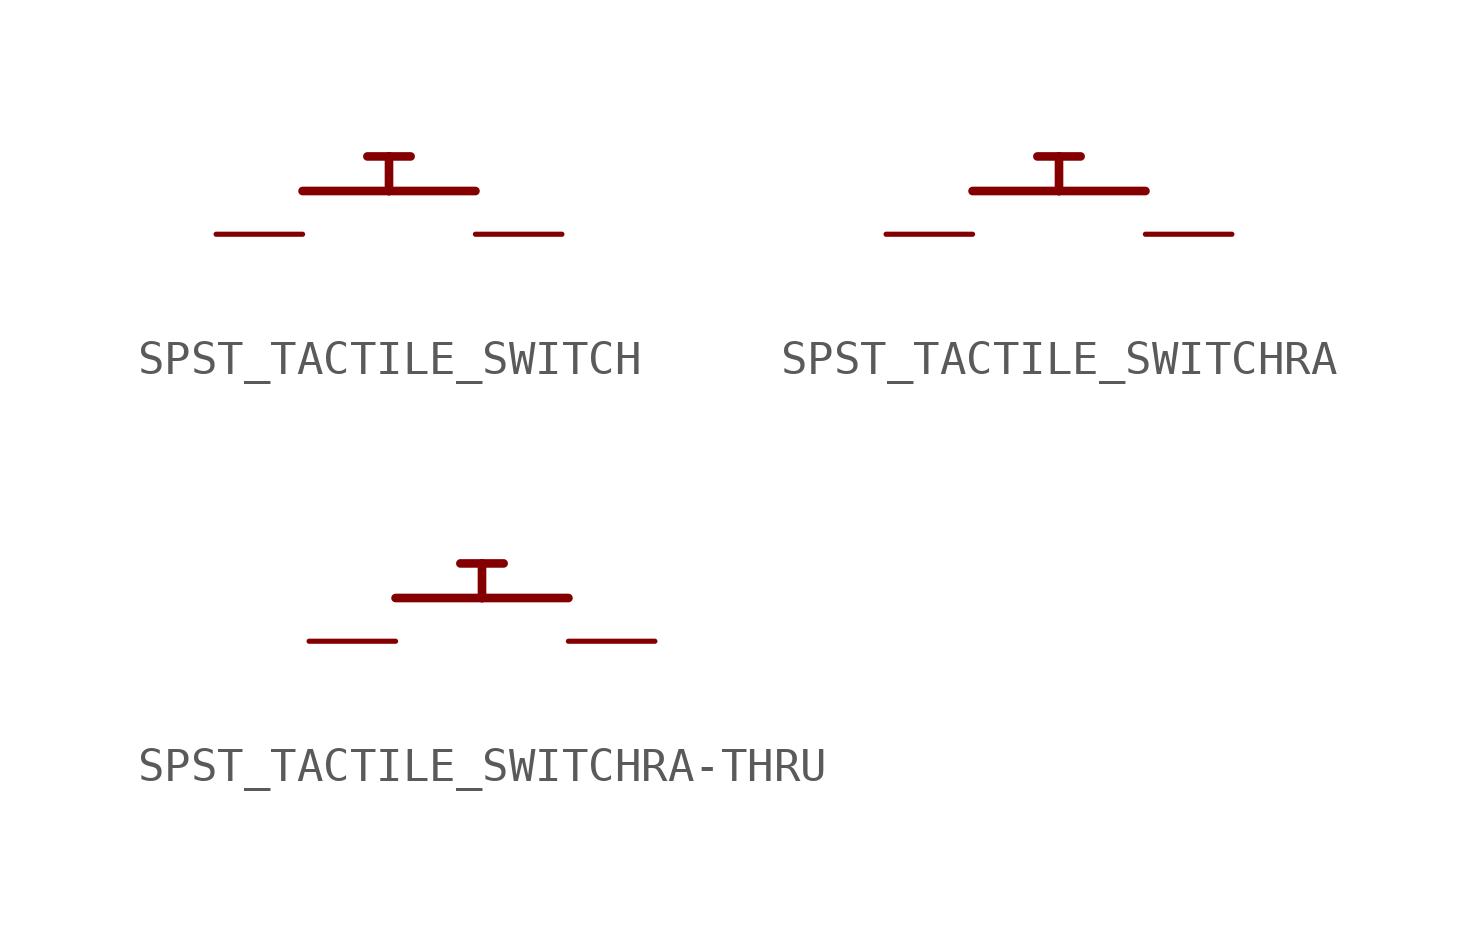
<source format=kicad_sym>
(kicad_symbol_lib
  (version 20220914)
  (generator kicad_symbol_editor)
  (symbol "SPST_TACTILE_SWITCH"
    (property "Reference" ""
      (at -2.54 3.556 0)
      (effects (font (size 1.27 1.079)) (justify left bottom) hide))
    (property "Value" ""
      (at -2.54 -2.286 0)
      (effects (font (size 1.27 1.079)) (justify left bottom)))
    (property "ki_locked" ""
      (at 0 0 0)
      (effects (font (size 1.27 1.27))))
    (symbol "SPST_TACTILE_SWITCH_1_0"
      (polyline (pts (xy -2.54 1.27) (xy 0 1.27)) (stroke (width 0.254) (type solid)) (fill (type none)))
      (polyline (pts (xy -0.635 2.286) (xy 0 2.286)) (stroke (width 0.254) (type solid)) (fill (type none)))
      (polyline (pts (xy 0 1.27) (xy 0 2.286)) (stroke (width 0.254) (type solid)) (fill (type none)))
      (polyline (pts (xy 0 1.27) (xy 2.54 1.27)) (stroke (width 0.254) (type solid)) (fill (type none)))
      (polyline (pts (xy 0 2.286) (xy 0.635 2.286)) (stroke (width 0.254) (type solid)) (fill (type none)))
      (pin passive line (at -5.08 0 0) (length 2.54) (name "P$1" (effects (font (size 0 0)))) (number "P$1" (effects (font (size 0 0)))))
      (pin passive line (at 5.08 0 180) (length 2.54) (name "P$2" (effects (font (size 0 0)))) (number "P$2" (effects (font (size 0 0)))))))
  (symbol "SPST_TACTILE_SWITCHRA"
    (property "Reference" ""
      (at -2.54 3.556 0)
      (effects (font (size 1.27 1.079)) (justify left bottom) hide))
    (property "Value" ""
      (at -2.54 -2.286 0)
      (effects (font (size 1.27 1.079)) (justify left bottom)))
    (property "ki_locked" ""
      (at 0 0 0)
      (effects (font (size 1.27 1.27))))
    (symbol "SPST_TACTILE_SWITCHRA_1_0"
      (polyline (pts (xy -2.54 1.27) (xy 0 1.27)) (stroke (width 0.254) (type solid)) (fill (type none)))
      (polyline (pts (xy -0.635 2.286) (xy 0 2.286)) (stroke (width 0.254) (type solid)) (fill (type none)))
      (polyline (pts (xy 0 1.27) (xy 0 2.286)) (stroke (width 0.254) (type solid)) (fill (type none)))
      (polyline (pts (xy 0 1.27) (xy 2.54 1.27)) (stroke (width 0.254) (type solid)) (fill (type none)))
      (polyline (pts (xy 0 2.286) (xy 0.635 2.286)) (stroke (width 0.254) (type solid)) (fill (type none)))
      (pin passive line (at -5.08 0 0) (length 2.54) (name "P$1" (effects (font (size 0 0)))) (number "P$1" (effects (font (size 0 0)))))
      (pin passive line (at 5.08 0 180) (length 2.54) (name "P$2" (effects (font (size 0 0)))) (number "P$2" (effects (font (size 0 0)))))))
  (symbol "SPST_TACTILE_SWITCHRA-THRU"
    (property "Reference" ""
      (at -2.54 3.556 0)
      (effects (font (size 1.27 1.079)) (justify left bottom) hide))
    (property "Value" ""
      (at -2.54 -2.286 0)
      (effects (font (size 1.27 1.079)) (justify left bottom)))
    (property "ki_locked" ""
      (at 0 0 0)
      (effects (font (size 1.27 1.27))))
    (symbol "SPST_TACTILE_SWITCHRA-THRU_1_0"
      (polyline (pts (xy -2.54 1.27) (xy 0 1.27)) (stroke (width 0.254) (type solid)) (fill (type none)))
      (polyline (pts (xy -0.635 2.286) (xy 0 2.286)) (stroke (width 0.254) (type solid)) (fill (type none)))
      (polyline (pts (xy 0 1.27) (xy 0 2.286)) (stroke (width 0.254) (type solid)) (fill (type none)))
      (polyline (pts (xy 0 1.27) (xy 2.54 1.27)) (stroke (width 0.254) (type solid)) (fill (type none)))
      (polyline (pts (xy 0 2.286) (xy 0.635 2.286)) (stroke (width 0.254) (type solid)) (fill (type none)))
      (pin passive line (at -5.08 0 0) (length 2.54) (name "P$1" (effects (font (size 0 0)))) (number "P$1" (effects (font (size 0 0)))))
      (pin passive line (at 5.08 0 180) (length 2.54) (name "P$2" (effects (font (size 0 0)))) (number "P$2" (effects (font (size 0 0))))))))
</source>
